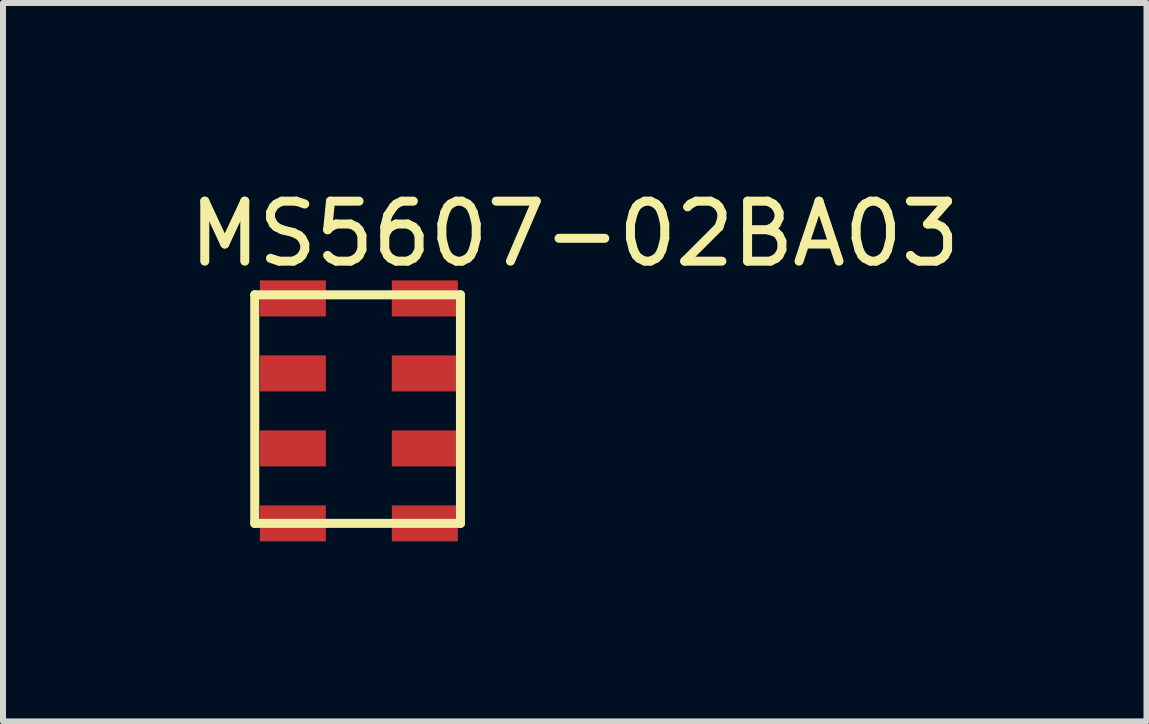
<source format=kicad_pcb>
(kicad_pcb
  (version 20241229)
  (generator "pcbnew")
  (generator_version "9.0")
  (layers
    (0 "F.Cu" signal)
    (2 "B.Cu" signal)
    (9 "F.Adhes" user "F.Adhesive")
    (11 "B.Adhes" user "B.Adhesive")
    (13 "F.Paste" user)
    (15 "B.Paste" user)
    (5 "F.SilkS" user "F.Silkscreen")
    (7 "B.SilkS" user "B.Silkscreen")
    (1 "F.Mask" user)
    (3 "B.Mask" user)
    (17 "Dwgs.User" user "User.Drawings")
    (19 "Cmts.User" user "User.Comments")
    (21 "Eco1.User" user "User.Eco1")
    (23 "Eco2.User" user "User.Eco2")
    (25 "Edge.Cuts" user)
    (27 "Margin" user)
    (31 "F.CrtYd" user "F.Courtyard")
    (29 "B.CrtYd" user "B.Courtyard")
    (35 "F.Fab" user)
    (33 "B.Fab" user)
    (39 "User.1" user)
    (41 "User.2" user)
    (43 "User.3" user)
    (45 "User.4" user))
  (footprint "MS5607-02BA03"
    (layer "F.Cu")
    (at 1.831 5.674)
    (property "Reference" "MS5607-02BA03" (at 4.699 -4.826 0) (layer "F.SilkS") (effects (font (size 1 1) (thickness 0.15))))
    (attr through_hole)
    (fp_line (start -0.635 -3.81) (end 2.794 -3.81) (stroke (width 0.15) (type solid)) (layer "F.SilkS"))
    (fp_line (start -0.635 0) (end -0.635 -3.81) (stroke (width 0.15) (type solid)) (layer "F.SilkS"))
    (fp_line (start 2.794 -3.81) (end 2.794 0) (stroke (width 0.15) (type solid)) (layer "F.SilkS"))
    (fp_line (start 2.794 0) (end -0.635 0) (stroke (width 0.15) (type solid)) (layer "F.SilkS"))
    (pad "1" smd rect (at 2.2 -3.75) (size 1.1 0.6) (layers "F.Cu" "F.Mask" "F.Paste"))
    (pad "2" smd rect (at 2.2 -2.5) (size 1.1 0.6) (layers "F.Cu" "F.Mask" "F.Paste"))
    (pad "3" smd rect (at 2.2 -1.25) (size 1.1 0.6) (layers "F.Cu" "F.Mask" "F.Paste"))
    (pad "4" smd rect (at 2.2 0) (size 1.1 0.6) (layers "F.Cu" "F.Mask" "F.Paste"))
    (pad "5" smd rect (at 0 0) (size 1.1 0.6) (layers "F.Cu" "F.Mask" "F.Paste"))
    (pad "6" smd rect (at 0 -1.25) (size 1.1 0.6) (layers "F.Cu" "F.Mask" "F.Paste"))
    (pad "7" smd rect (at 0 -2.5) (size 1.1 0.6) (layers "F.Cu" "F.Mask" "F.Paste"))
    (pad "8" smd rect (at 0 -3.75) (size 1.1 0.6) (layers "F.Cu" "F.Mask" "F.Paste")))
  (gr_rect
    (start -3 -3)
    (end 16.06 8.974)
    (stroke (width 0.1) (type default))
    (fill no)
    (layer "Edge.Cuts")))
</source>
